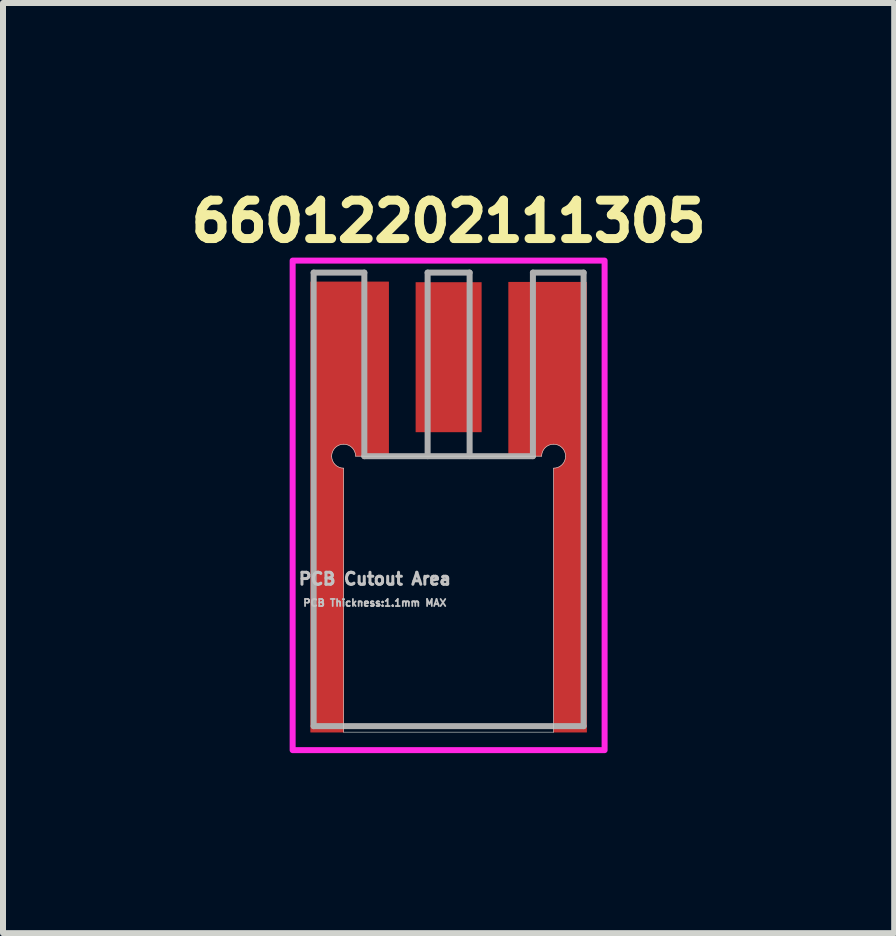
<source format=kicad_pcb>
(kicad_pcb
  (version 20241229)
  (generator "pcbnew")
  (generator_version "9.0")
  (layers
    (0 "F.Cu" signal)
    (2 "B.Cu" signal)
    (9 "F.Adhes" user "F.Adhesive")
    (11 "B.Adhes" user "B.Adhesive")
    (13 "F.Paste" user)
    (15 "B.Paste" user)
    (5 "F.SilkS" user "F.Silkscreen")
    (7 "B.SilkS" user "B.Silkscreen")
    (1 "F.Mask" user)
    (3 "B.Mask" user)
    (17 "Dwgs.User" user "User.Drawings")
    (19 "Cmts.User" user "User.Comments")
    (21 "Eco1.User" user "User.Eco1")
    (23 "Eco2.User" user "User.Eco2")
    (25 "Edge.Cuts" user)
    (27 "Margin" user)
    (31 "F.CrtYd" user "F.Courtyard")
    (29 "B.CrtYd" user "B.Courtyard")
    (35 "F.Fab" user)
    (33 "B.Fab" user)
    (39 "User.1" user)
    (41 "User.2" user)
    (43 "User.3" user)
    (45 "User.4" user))
  (footprint "66012202111305"
    (layer "F.Cu")
    (at 4.428 4.554)
    (property "Reference" "66012202111305" (at 0 -3.916 0) (layer "F.SilkS") (effects (font (size 0.64 0.64) (thickness 0.15))))
    (attr smd)
    (fp_poly (pts (xy -1.65 0) (xy -0.9 0) (xy -0.9 -3) (xy -2.4 -3) (xy -2.4 4.7) (xy -1.75 4.7) (xy -1.75 0.1) (xy -1.755 0.1) (xy -1.76 0.099) (xy -1.766 0.099) (xy -1.771 0.098) (xy -1.776 0.097) (xy -1.781 0.095) (xy -1.786 0.093) (xy -1.791 0.091) (xy -1.795 0.089) (xy -1.8 0.087) (xy -1.804 0.084) (xy -1.809 0.081) (xy -1.813 0.078) (xy -1.817 0.074) (xy -1.821 0.071) (xy -1.824 0.067) (xy -1.828 0.063) (xy -1.831 0.059) (xy -1.834 0.054) (xy -1.837 0.05) (xy -1.839 0.045) (xy -1.841 0.041) (xy -1.843 0.036) (xy -1.845 0.031) (xy -1.847 0.026) (xy -1.848 0.021) (xy -1.849 0.016) (xy -1.849 0.01) (xy -1.85 0.005) (xy -1.85 0) (xy -1.85 -0.005) (xy -1.849 -0.01) (xy -1.849 -0.016) (xy -1.848 -0.021) (xy -1.847 -0.026) (xy -1.845 -0.031) (xy -1.843 -0.036) (xy -1.841 -0.041) (xy -1.839 -0.045) (xy -1.837 -0.05) (xy -1.834 -0.054) (xy -1.831 -0.059) (xy -1.828 -0.063) (xy -1.824 -0.067) (xy -1.821 -0.071) (xy -1.817 -0.074) (xy -1.813 -0.078) (xy -1.809 -0.081) (xy -1.804 -0.084) (xy -1.8 -0.087) (xy -1.795 -0.089) (xy -1.791 -0.091) (xy -1.786 -0.093) (xy -1.781 -0.095) (xy -1.776 -0.097) (xy -1.771 -0.098) (xy -1.766 -0.099) (xy -1.76 -0.099) (xy -1.755 -0.1) (xy -1.75 -0.1) (xy -1.745 -0.1) (xy -1.74 -0.099) (xy -1.734 -0.099) (xy -1.729 -0.098) (xy -1.724 -0.097) (xy -1.719 -0.095) (xy -1.714 -0.093) (xy -1.709 -0.091) (xy -1.705 -0.089) (xy -1.7 -0.087) (xy -1.696 -0.084) (xy -1.691 -0.081) (xy -1.687 -0.078) (xy -1.683 -0.074) (xy -1.679 -0.071) (xy -1.676 -0.067) (xy -1.672 -0.063) (xy -1.669 -0.059) (xy -1.666 -0.054) (xy -1.663 -0.05) (xy -1.661 -0.045) (xy -1.659 -0.041) (xy -1.657 -0.036) (xy -1.655 -0.031) (xy -1.653 -0.026) (xy -1.652 -0.021) (xy -1.651 -0.016) (xy -1.651 -0.01) (xy -1.65 -0.005) (xy -1.65 0)) (stroke (width 0.01) (type solid)) (fill yes) (layer "F.Mask"))
    (fp_poly (pts (xy 2.4 4.7) (xy 2.4 -3.005) (xy 0.9 -3.005) (xy 0.9 0) (xy 1.65 0) (xy 1.65 -0.005) (xy 1.651 -0.01) (xy 1.651 -0.016) (xy 1.652 -0.021) (xy 1.653 -0.026) (xy 1.655 -0.031) (xy 1.657 -0.036) (xy 1.659 -0.041) (xy 1.661 -0.045) (xy 1.663 -0.05) (xy 1.666 -0.054) (xy 1.669 -0.059) (xy 1.672 -0.063) (xy 1.676 -0.067) (xy 1.679 -0.071) (xy 1.683 -0.074) (xy 1.687 -0.078) (xy 1.691 -0.081) (xy 1.696 -0.084) (xy 1.7 -0.087) (xy 1.705 -0.089) (xy 1.709 -0.091) (xy 1.714 -0.093) (xy 1.719 -0.095) (xy 1.724 -0.097) (xy 1.729 -0.098) (xy 1.734 -0.099) (xy 1.74 -0.099) (xy 1.745 -0.1) (xy 1.75 -0.1) (xy 1.755 -0.1) (xy 1.76 -0.099) (xy 1.766 -0.099) (xy 1.771 -0.098) (xy 1.776 -0.097) (xy 1.781 -0.095) (xy 1.786 -0.093) (xy 1.791 -0.091) (xy 1.795 -0.089) (xy 1.8 -0.087) (xy 1.804 -0.084) (xy 1.809 -0.081) (xy 1.813 -0.078) (xy 1.817 -0.074) (xy 1.821 -0.071) (xy 1.824 -0.067) (xy 1.828 -0.063) (xy 1.831 -0.059) (xy 1.834 -0.054) (xy 1.837 -0.05) (xy 1.839 -0.045) (xy 1.841 -0.041) (xy 1.843 -0.036) (xy 1.845 -0.031) (xy 1.847 -0.026) (xy 1.848 -0.021) (xy 1.849 -0.016) (xy 1.849 -0.01) (xy 1.85 -0.005) (xy 1.85 0) (xy 1.85 0.005) (xy 1.849 0.01) (xy 1.849 0.016) (xy 1.848 0.021) (xy 1.847 0.026) (xy 1.845 0.031) (xy 1.843 0.036) (xy 1.841 0.041) (xy 1.839 0.045) (xy 1.837 0.05) (xy 1.834 0.054) (xy 1.831 0.059) (xy 1.828 0.063) (xy 1.824 0.067) (xy 1.821 0.071) (xy 1.817 0.074) (xy 1.813 0.078) (xy 1.809 0.081) (xy 1.804 0.084) (xy 1.8 0.087) (xy 1.795 0.089) (xy 1.791 0.091) (xy 1.786 0.093) (xy 1.781 0.095) (xy 1.776 0.097) (xy 1.771 0.098) (xy 1.766 0.099) (xy 1.76 0.099) (xy 1.755 0.1) (xy 1.75 0.1) (xy 1.75 4.7) (xy 2.4 4.7)) (stroke (width 0.01) (type solid)) (fill yes) (layer "F.Mask"))
    (fp_poly (pts (xy -2.3 4.6) (xy -2.3 -2.905) (xy -1 -2.905) (xy -1 0) (xy -1.55 0) (xy -1.55 -0.01) (xy -1.551 -0.021) (xy -1.552 -0.031) (xy -1.554 -0.042) (xy -1.557 -0.052) (xy -1.56 -0.062) (xy -1.563 -0.072) (xy -1.567 -0.081) (xy -1.572 -0.091) (xy -1.577 -0.1) (xy -1.582 -0.109) (xy -1.588 -0.118) (xy -1.595 -0.126) (xy -1.601 -0.134) (xy -1.609 -0.141) (xy -1.616 -0.149) (xy -1.624 -0.155) (xy -1.632 -0.162) (xy -1.641 -0.168) (xy -1.65 -0.173) (xy -1.659 -0.178) (xy -1.669 -0.183) (xy -1.678 -0.187) (xy -1.688 -0.19) (xy -1.698 -0.193) (xy -1.708 -0.196) (xy -1.719 -0.198) (xy -1.729 -0.199) (xy -1.74 -0.2) (xy -1.75 -0.2) (xy -1.76 -0.2) (xy -1.771 -0.199) (xy -1.781 -0.198) (xy -1.792 -0.196) (xy -1.802 -0.193) (xy -1.812 -0.19) (xy -1.822 -0.187) (xy -1.831 -0.183) (xy -1.841 -0.178) (xy -1.85 -0.173) (xy -1.859 -0.168) (xy -1.868 -0.162) (xy -1.876 -0.155) (xy -1.884 -0.149) (xy -1.891 -0.141) (xy -1.899 -0.134) (xy -1.905 -0.126) (xy -1.912 -0.118) (xy -1.918 -0.109) (xy -1.923 -0.1) (xy -1.928 -0.091) (xy -1.933 -0.081) (xy -1.937 -0.072) (xy -1.94 -0.062) (xy -1.943 -0.052) (xy -1.946 -0.042) (xy -1.948 -0.031) (xy -1.949 -0.021) (xy -1.95 -0.01) (xy -1.95 0) (xy -1.95 0.01) (xy -1.949 0.021) (xy -1.948 0.031) (xy -1.946 0.042) (xy -1.943 0.052) (xy -1.94 0.062) (xy -1.937 0.072) (xy -1.933 0.081) (xy -1.928 0.091) (xy -1.923 0.1) (xy -1.918 0.109) (xy -1.912 0.118) (xy -1.905 0.126) (xy -1.899 0.134) (xy -1.891 0.141) (xy -1.884 0.149) (xy -1.876 0.155) (xy -1.868 0.162) (xy -1.859 0.168) (xy -1.85 0.173) (xy -1.841 0.178) (xy -1.831 0.183) (xy -1.822 0.187) (xy -1.812 0.19) (xy -1.802 0.193) (xy -1.792 0.196) (xy -1.781 0.198) (xy -1.771 0.199) (xy -1.76 0.2) (xy -1.75 0.2) (xy -1.75 4.6) (xy -2.3 4.6)) (stroke (width 0.01) (type solid)) (fill yes) (layer "F.Paste"))
    (fp_poly (pts (xy 1.75 4.6) (xy 2.3 4.6) (xy 2.3 -2.9) (xy 1 -2.9) (xy 1 0) (xy 1.55 0) (xy 1.55 -0.01) (xy 1.551 -0.021) (xy 1.552 -0.031) (xy 1.554 -0.042) (xy 1.557 -0.052) (xy 1.56 -0.062) (xy 1.563 -0.072) (xy 1.567 -0.081) (xy 1.572 -0.091) (xy 1.577 -0.1) (xy 1.582 -0.109) (xy 1.588 -0.118) (xy 1.595 -0.126) (xy 1.601 -0.134) (xy 1.609 -0.141) (xy 1.616 -0.149) (xy 1.624 -0.155) (xy 1.632 -0.162) (xy 1.641 -0.168) (xy 1.65 -0.173) (xy 1.659 -0.178) (xy 1.669 -0.183) (xy 1.678 -0.187) (xy 1.688 -0.19) (xy 1.698 -0.193) (xy 1.708 -0.196) (xy 1.719 -0.198) (xy 1.729 -0.199) (xy 1.74 -0.2) (xy 1.75 -0.2) (xy 1.76 -0.2) (xy 1.771 -0.199) (xy 1.781 -0.198) (xy 1.792 -0.196) (xy 1.802 -0.193) (xy 1.812 -0.19) (xy 1.822 -0.187) (xy 1.831 -0.183) (xy 1.841 -0.178) (xy 1.85 -0.173) (xy 1.859 -0.168) (xy 1.868 -0.162) (xy 1.876 -0.155) (xy 1.884 -0.149) (xy 1.891 -0.141) (xy 1.899 -0.134) (xy 1.905 -0.126) (xy 1.912 -0.118) (xy 1.918 -0.109) (xy 1.923 -0.1) (xy 1.928 -0.091) (xy 1.933 -0.081) (xy 1.937 -0.072) (xy 1.94 -0.062) (xy 1.943 -0.052) (xy 1.946 -0.042) (xy 1.948 -0.031) (xy 1.949 -0.021) (xy 1.95 -0.01) (xy 1.95 0) (xy 1.95 0.01) (xy 1.949 0.021) (xy 1.948 0.031) (xy 1.946 0.042) (xy 1.943 0.052) (xy 1.94 0.062) (xy 1.937 0.072) (xy 1.933 0.081) (xy 1.928 0.091) (xy 1.923 0.1) (xy 1.918 0.109) (xy 1.912 0.118) (xy 1.905 0.126) (xy 1.899 0.134) (xy 1.891 0.141) (xy 1.884 0.149) (xy 1.876 0.155) (xy 1.868 0.162) (xy 1.859 0.168) (xy 1.85 0.173) (xy 1.841 0.178) (xy 1.831 0.183) (xy 1.822 0.187) (xy 1.812 0.19) (xy 1.802 0.193) (xy 1.792 0.196) (xy 1.781 0.198) (xy 1.771 0.199) (xy 1.76 0.2) (xy 1.75 0.2) (xy 1.75 4.6)) (stroke (width 0.01) (type solid)) (fill yes) (layer "F.Paste"))
    (fp_line (start -1.75 0.2) (end -1.75 4.6) (stroke (width 0.01) (type solid)) (layer "Edge.Cuts"))
    (fp_line (start -1.75 4.6) (end 1.75 4.6) (stroke (width 0.01) (type solid)) (layer "Edge.Cuts"))
    (fp_line (start 1.55 0) (end -1.55 0) (stroke (width 0.01) (type solid)) (layer "Edge.Cuts"))
    (fp_line (start 1.75 4.6) (end 1.75 0.2) (stroke (width 0.01) (type solid)) (layer "Edge.Cuts"))
    (fp_arc (start -1.95 0) (mid -1.891421 -0.141421) (end -1.75 -0.2) (stroke (width 0.01) (type solid)) (layer "Edge.Cuts"))
    (fp_arc (start -1.75 -0.2) (mid -1.608579 -0.141421) (end -1.55 0) (stroke (width 0.01) (type solid)) (layer "Edge.Cuts"))
    (fp_arc (start -1.75 0.2) (mid -1.891421 0.141421) (end -1.95 0) (stroke (width 0.01) (type solid)) (layer "Edge.Cuts"))
    (fp_arc (start 1.55 0) (mid 1.608579 -0.141421) (end 1.75 -0.2) (stroke (width 0.01) (type solid)) (layer "Edge.Cuts"))
    (fp_arc (start 1.75 -0.2) (mid 1.891421 -0.141421) (end 1.95 0) (stroke (width 0.01) (type solid)) (layer "Edge.Cuts"))
    (fp_arc (start 1.95 0) (mid 1.891421 0.141421) (end 1.75 0.2) (stroke (width 0.01) (type solid)) (layer "Edge.Cuts"))
    (fp_poly (pts (xy -2.6 -3.26) (xy 2.6 -3.26) (xy 2.6 4.9) (xy -2.6 4.9)) (stroke (width 0.1) (type solid)) (fill no) (layer "F.CrtYd"))
    (fp_line (start -2.25 -3.06) (end -1.405 -3.06) (stroke (width 0.1) (type solid)) (layer "F.Fab"))
    (fp_line (start -2.25 4.5) (end -2.25 -3.06) (stroke (width 0.1) (type solid)) (layer "F.Fab"))
    (fp_line (start -1.405 -3.06) (end -1.405 0) (stroke (width 0.1) (type solid)) (layer "F.Fab"))
    (fp_line (start -1.405 0) (end 1.405 0) (stroke (width 0.1) (type solid)) (layer "F.Fab"))
    (fp_line (start -0.35 -3.06) (end 0.35 -3.06) (stroke (width 0.1) (type solid)) (layer "F.Fab"))
    (fp_line (start -0.35 0) (end -0.35 -3.06) (stroke (width 0.1) (type solid)) (layer "F.Fab"))
    (fp_line (start 0.35 -3.06) (end 0.35 0) (stroke (width 0.1) (type solid)) (layer "F.Fab"))
    (fp_line (start 1.405 -3.06) (end 1.405 0) (stroke (width 0.1) (type solid)) (layer "F.Fab"))
    (fp_line (start 2.25 -3.06) (end 1.405 -3.06) (stroke (width 0.1) (type solid)) (layer "F.Fab"))
    (fp_line (start 2.25 4.5) (end -2.25 4.5) (stroke (width 0.1) (type solid)) (layer "F.Fab"))
    (fp_line (start 2.25 4.5) (end 2.25 -3.06) (stroke (width 0.1) (type solid)) (layer "F.Fab"))
    (fp_text user "PCB Thickness:1.1mm MAX" (at -1.23 2.445 0) (layer "Dwgs.User") (effects (font (size 0.118 0.118) (thickness 0.15))))
    (fp_text user "PCB Cutout Area" (at -1.23 2.045 0) (layer "Dwgs.User") (effects (font (size 0.2 0.2) (thickness 0.15))))
    (fp_text user "PCB Cutout Area" (at -1.23 2.045 0) (layer "Edge.Cuts") (effects (font (size 0.2 0.2) (thickness 0.15))))
    (pad "1" smd rect (at 0 -1.65) (size 1.1 2.5) (layers "F.Cu" "F.Mask" "F.Paste"))
    (pad "2" smd custom (at -1.65 -1.45) (size 1 2) (layers "F.Cu") (options (anchor rect)) (primitives (gr_poly (pts (xy -0.65 6.05) (xy -0.65 -1.455) (xy 0.65 -1.455) (xy 0.65 1.45) (xy 0.1 1.45) (xy 0.1 1.44) (xy 0.099 1.429) (xy 0.098 1.419) (xy 0.096 1.408) (xy 0.093 1.398) (xy 0.09 1.388) (xy 0.087 1.378) (xy 0.083 1.369) (xy 0.078 1.359) (xy 0.073 1.35) (xy 0.068 1.341) (xy 0.062 1.332) (xy 0.055 1.324) (xy 0.049 1.316) (xy 0.041 1.309) (xy 0.034 1.301) (xy 0.026 1.295) (xy 0.018 1.288) (xy 0.009 1.282) (xy 0 1.277) (xy -0.009 1.272) (xy -0.019 1.267) (xy -0.028 1.263) (xy -0.038 1.26) (xy -0.048 1.257) (xy -0.058 1.254) (xy -0.069 1.252) (xy -0.079 1.251) (xy -0.09 1.25) (xy -0.1 1.25) (xy -0.11 1.25) (xy -0.121 1.251) (xy -0.131 1.252) (xy -0.142 1.254) (xy -0.152 1.257) (xy -0.162 1.26) (xy -0.172 1.263) (xy -0.181 1.267) (xy -0.191 1.272) (xy -0.2 1.277) (xy -0.209 1.282) (xy -0.218 1.288) (xy -0.226 1.295) (xy -0.234 1.301) (xy -0.241 1.309) (xy -0.249 1.316) (xy -0.255 1.324) (xy -0.262 1.332) (xy -0.268 1.341) (xy -0.273 1.35) (xy -0.278 1.359) (xy -0.283 1.369) (xy -0.287 1.378) (xy -0.29 1.388) (xy -0.293 1.398) (xy -0.296 1.408) (xy -0.298 1.419) (xy -0.299 1.429) (xy -0.3 1.44) (xy -0.3 1.45) (xy -0.3 1.46) (xy -0.299 1.471) (xy -0.298 1.481) (xy -0.296 1.492) (xy -0.293 1.502) (xy -0.29 1.512) (xy -0.287 1.522) (xy -0.283 1.531) (xy -0.278 1.541) (xy -0.273 1.55) (xy -0.268 1.559) (xy -0.262 1.568) (xy -0.255 1.576) (xy -0.249 1.584) (xy -0.241 1.591) (xy -0.234 1.599) (xy -0.226 1.605) (xy -0.218 1.612) (xy -0.209 1.618) (xy -0.2 1.623) (xy -0.191 1.628) (xy -0.181 1.633) (xy -0.172 1.637) (xy -0.162 1.64) (xy -0.152 1.643) (xy -0.142 1.646) (xy -0.131 1.648) (xy -0.121 1.649) (xy -0.11 1.65) (xy -0.1 1.65) (xy -0.1 6.05) (xy -0.65 6.05)) (width 0.01) (fill yes))))
    (pad "3" smd custom (at 1.65 -1.45) (size 1 2) (layers "F.Cu") (options (anchor rect)) (primitives (gr_poly (pts (xy 0.1 6.05) (xy 0.65 6.05) (xy 0.65 -1.45) (xy -0.65 -1.45) (xy -0.65 1.45) (xy -0.1 1.45) (xy -0.1 1.44) (xy -0.099 1.429) (xy -0.098 1.419) (xy -0.096 1.408) (xy -0.093 1.398) (xy -0.09 1.388) (xy -0.087 1.378) (xy -0.083 1.369) (xy -0.078 1.359) (xy -0.073 1.35) (xy -0.068 1.341) (xy -0.062 1.332) (xy -0.055 1.324) (xy -0.049 1.316) (xy -0.041 1.309) (xy -0.034 1.301) (xy -0.026 1.295) (xy -0.018 1.288) (xy -0.009 1.282) (xy 0 1.277) (xy 0.009 1.272) (xy 0.019 1.267) (xy 0.028 1.263) (xy 0.038 1.26) (xy 0.048 1.257) (xy 0.058 1.254) (xy 0.069 1.252) (xy 0.079 1.251) (xy 0.09 1.25) (xy 0.1 1.25) (xy 0.11 1.25) (xy 0.121 1.251) (xy 0.131 1.252) (xy 0.142 1.254) (xy 0.152 1.257) (xy 0.162 1.26) (xy 0.172 1.263) (xy 0.181 1.267) (xy 0.191 1.272) (xy 0.2 1.277) (xy 0.209 1.282) (xy 0.218 1.288) (xy 0.226 1.295) (xy 0.234 1.301) (xy 0.241 1.309) (xy 0.249 1.316) (xy 0.255 1.324) (xy 0.262 1.332) (xy 0.268 1.341) (xy 0.273 1.35) (xy 0.278 1.359) (xy 0.283 1.369) (xy 0.287 1.378) (xy 0.29 1.388) (xy 0.293 1.398) (xy 0.296 1.408) (xy 0.298 1.419) (xy 0.299 1.429) (xy 0.3 1.44) (xy 0.3 1.45) (xy 0.3 1.46) (xy 0.299 1.471) (xy 0.298 1.481) (xy 0.296 1.492) (xy 0.293 1.502) (xy 0.29 1.512) (xy 0.287 1.522) (xy 0.283 1.531) (xy 0.278 1.541) (xy 0.273 1.55) (xy 0.268 1.559) (xy 0.262 1.568) (xy 0.255 1.576) (xy 0.249 1.584) (xy 0.241 1.591) (xy 0.234 1.599) (xy 0.226 1.605) (xy 0.218 1.612) (xy 0.209 1.618) (xy 0.2 1.623) (xy 0.191 1.628) (xy 0.181 1.633) (xy 0.172 1.637) (xy 0.162 1.64) (xy 0.152 1.643) (xy 0.142 1.646) (xy 0.131 1.648) (xy 0.121 1.649) (xy 0.11 1.65) (xy 0.1 1.65) (xy 0.1 6.05)) (width 0.01) (fill yes)))))
  (gr_rect
    (start -3 -3)
    (end 11.855 12.504)
    (stroke (width 0.1) (type default))
    (fill no)
    (layer "Edge.Cuts")))
</source>
